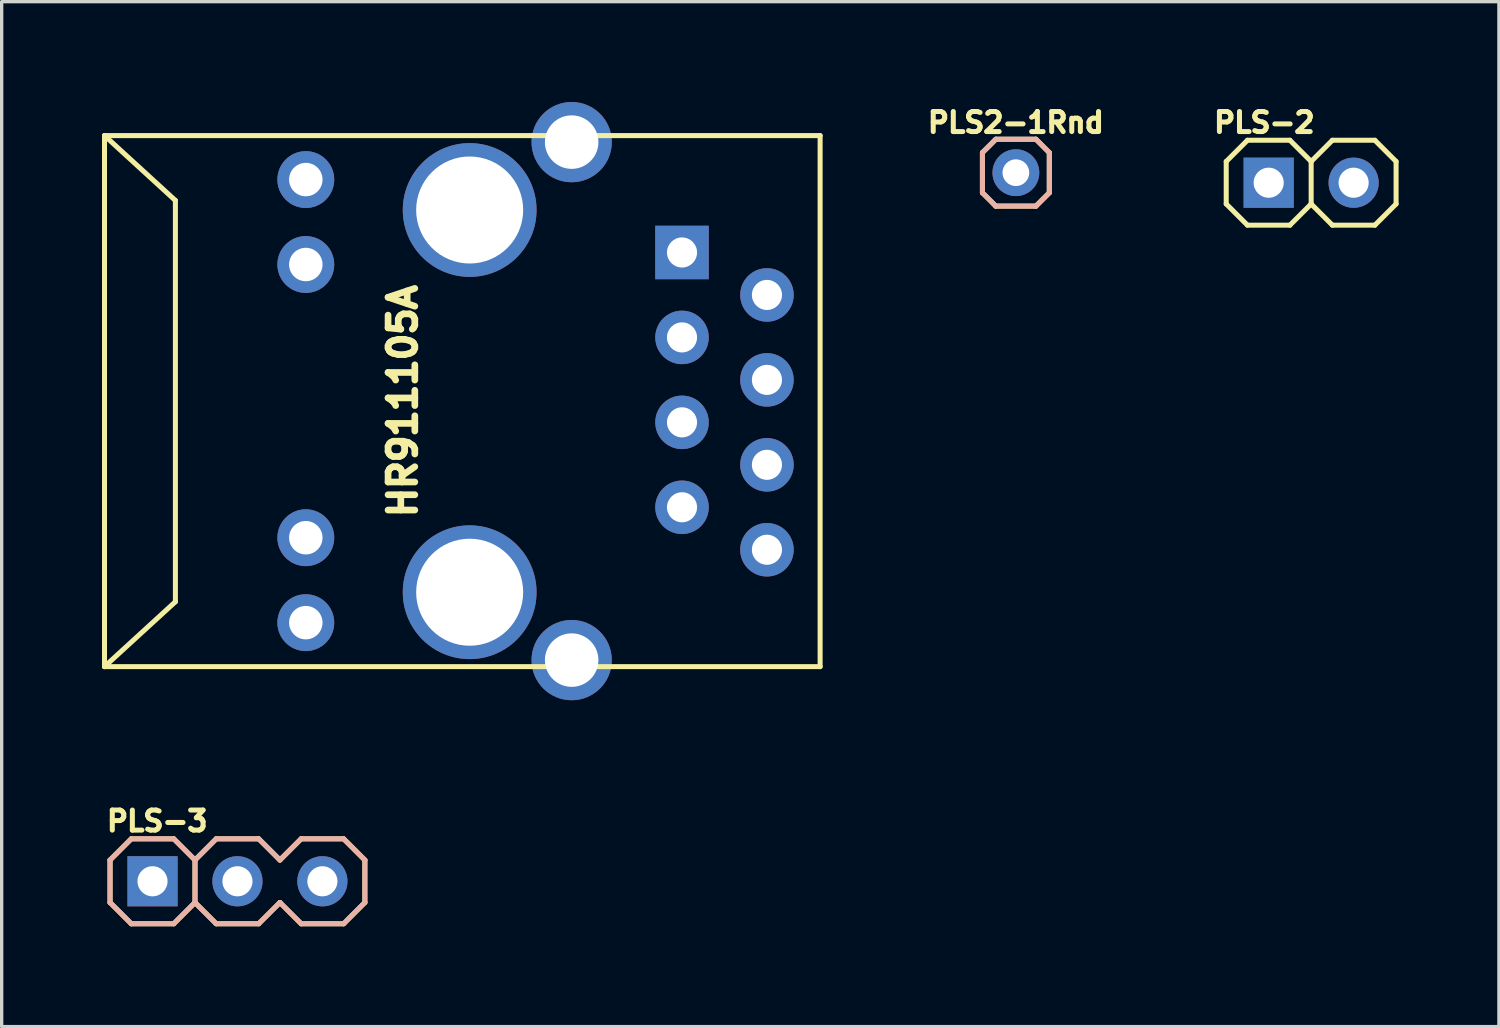
<source format=kicad_pcb>
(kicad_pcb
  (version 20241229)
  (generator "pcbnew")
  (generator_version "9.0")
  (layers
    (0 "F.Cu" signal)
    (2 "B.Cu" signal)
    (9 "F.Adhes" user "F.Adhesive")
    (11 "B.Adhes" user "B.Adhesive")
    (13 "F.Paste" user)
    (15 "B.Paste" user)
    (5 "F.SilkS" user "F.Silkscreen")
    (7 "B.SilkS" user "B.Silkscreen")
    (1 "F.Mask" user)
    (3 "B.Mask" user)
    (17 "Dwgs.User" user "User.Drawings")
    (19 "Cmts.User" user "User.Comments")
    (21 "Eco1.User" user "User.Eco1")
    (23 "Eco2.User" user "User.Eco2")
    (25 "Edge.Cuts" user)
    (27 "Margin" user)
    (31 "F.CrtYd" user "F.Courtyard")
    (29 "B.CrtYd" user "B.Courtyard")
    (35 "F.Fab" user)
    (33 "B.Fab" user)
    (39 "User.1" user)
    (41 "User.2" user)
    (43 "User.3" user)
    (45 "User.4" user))
  (footprint "PLS-2"
    (layer "F.Cu")
    (at 36.159 2.414)
    (property "Reference" "PLS-2" (at -1.4 -1.8 0) (layer "F.SilkS") (effects (font (size 0.6 0.6) (thickness 0.15))))
    (attr through_hole)
    (fp_line (start -2.54 0.635) (end -2.54 -0.635) (stroke (width 0.15) (type solid)) (layer "F.SilkS"))
    (fp_line (start -1.905 -1.27) (end -2.54 -0.635) (stroke (width 0.15) (type solid)) (layer "F.SilkS"))
    (fp_line (start -1.905 1.27) (end -2.54 0.635) (stroke (width 0.15) (type solid)) (layer "F.SilkS"))
    (fp_line (start -0.635 -1.27) (end -1.905 -1.27) (stroke (width 0.15) (type solid)) (layer "F.SilkS"))
    (fp_line (start -0.635 1.27) (end -1.905 1.27) (stroke (width 0.15) (type solid)) (layer "F.SilkS"))
    (fp_line (start 0 -0.635) (end -0.635 -1.27) (stroke (width 0.15) (type solid)) (layer "F.SilkS"))
    (fp_line (start 0 -0.635) (end 0 0.635) (stroke (width 0.15) (type solid)) (layer "F.SilkS"))
    (fp_line (start 0 0.635) (end -0.635 1.27) (stroke (width 0.15) (type solid)) (layer "F.SilkS"))
    (fp_line (start 0.635 -1.27) (end 0 -0.635) (stroke (width 0.15) (type solid)) (layer "F.SilkS"))
    (fp_line (start 0.635 1.27) (end 0 0.635) (stroke (width 0.15) (type solid)) (layer "F.SilkS"))
    (fp_line (start 1.905 -1.27) (end 0.635 -1.27) (stroke (width 0.15) (type solid)) (layer "F.SilkS"))
    (fp_line (start 1.905 1.27) (end 0.635 1.27) (stroke (width 0.15) (type solid)) (layer "F.SilkS"))
    (fp_line (start 2.54 -0.635) (end 1.905 -1.27) (stroke (width 0.15) (type solid)) (layer "F.SilkS"))
    (fp_line (start 2.54 -0.635) (end 2.54 0.635) (stroke (width 0.15) (type solid)) (layer "F.SilkS"))
    (fp_line (start 2.54 0.635) (end 1.905 1.27) (stroke (width 0.15) (type solid)) (layer "F.SilkS"))
    (pad "1" thru_hole rect (at -1.27 0) (size 1.5 1.5) (drill 0.9) (layers "*.Cu" "*.Mask"))
    (pad "2" thru_hole circle (at 1.27 0) (size 1.5 1.5) (drill 0.9) (layers "*.Cu" "*.Mask")))
  (footprint "HR911105A"
    (layer "F.Cu")
    (at 10.995 8.945)
    (property "Reference" "HR911105A" (at -2 0 90) (layer "F.SilkS") (effects (font (size 0.8 0.8) (thickness 0.2))))
    (attr through_hole)
    (fp_line (start -10.92 -7.94) (end -10.92 7.94) (stroke (width 0.15) (type solid)) (layer "F.SilkS"))
    (fp_line (start -10.92 7.94) (end -8.8 6) (stroke (width 0.15) (type solid)) (layer "F.SilkS"))
    (fp_line (start -10.92 7.94) (end 10.48 7.94) (stroke (width 0.15) (type solid)) (layer "F.SilkS"))
    (fp_line (start -8.8 -6) (end -10.92 -7.94) (stroke (width 0.15) (type solid)) (layer "F.SilkS"))
    (fp_line (start -8.8 6) (end -8.8 -6) (stroke (width 0.15) (type solid)) (layer "F.SilkS"))
    (fp_line (start 10.48 -7.94) (end -10.92 -7.94) (stroke (width 0.15) (type solid)) (layer "F.SilkS"))
    (fp_line (start 10.48 7.94) (end 10.48 -7.94) (stroke (width 0.15) (type solid)) (layer "F.SilkS"))
    (pad "1" thru_hole rect (at 6.35 -4.445) (size 1.6 1.6) (drill 0.9) (layers "*.Cu" "*.Mask"))
    (pad "2" thru_hole circle (at 8.89 -3.175) (size 1.6 1.6) (drill 0.9) (layers "*.Cu" "*.Mask"))
    (pad "3" thru_hole circle (at 6.35 -1.905) (size 1.6 1.6) (drill 0.9) (layers "*.Cu" "*.Mask"))
    (pad "4" thru_hole circle (at 8.89 -0.635) (size 1.6 1.6) (drill 0.9) (layers "*.Cu" "*.Mask"))
    (pad "5" thru_hole circle (at 6.35 0.635) (size 1.6 1.6) (drill 0.9) (layers "*.Cu" "*.Mask"))
    (pad "6" thru_hole circle (at 8.89 1.905) (size 1.6 1.6) (drill 0.9) (layers "*.Cu" "*.Mask"))
    (pad "7" thru_hole circle (at 6.35 3.175) (size 1.6 1.6) (drill 0.9) (layers "*.Cu" "*.Mask"))
    (pad "8" thru_hole circle (at 8.89 4.445) (size 1.6 1.6) (drill 0.9) (layers "*.Cu" "*.Mask"))
    (pad "9" thru_hole circle (at -4.9 -6.625) (size 1.7 1.7) (drill 1) (layers "*.Cu" "*.Mask"))
    (pad "10" thru_hole circle (at -4.9 -4.085) (size 1.7 1.7) (drill 1) (layers "*.Cu" "*.Mask"))
    (pad "11" thru_hole circle (at -4.9 4.085) (size 1.7 1.7) (drill 1) (layers "*.Cu" "*.Mask"))
    (pad "12" thru_hole circle (at -4.9 6.625) (size 1.7 1.7) (drill 1) (layers "*.Cu" "*.Mask"))
    (pad "H" thru_hole circle (at 0 -5.715) (size 4 4) (drill 3.2) (layers "*.Cu" "*.Mask"))
    (pad "H" thru_hole circle (at 0 5.715) (size 4 4) (drill 3.2) (layers "*.Cu" "*.Mask"))
    (pad "H" thru_hole circle (at 3.05 -7.745) (size 2.4 2.4) (drill 1.6) (layers "*.Cu" "*.Mask"))
    (pad "H" thru_hole circle (at 3.05 7.745) (size 2.4 2.4) (drill 1.6) (layers "*.Cu" "*.Mask")))
  (footprint "PLS-3"
    (layer "F.Cu")
    (at 4.051 23.304)
    (property "Reference" "PLS-3" (at -2.4 -1.8 0) (layer "F.SilkS") (effects (font (size 0.6 0.6) (thickness 0.15))))
    (attr through_hole)
    (fp_line (start -3.81 0.635) (end -3.81 -0.635) (stroke (width 0.15) (type solid)) (layer "F.SilkS"))
    (fp_line (start -3.175 -1.27) (end -3.81 -0.635) (stroke (width 0.15) (type solid)) (layer "F.SilkS"))
    (fp_line (start -3.175 1.27) (end -3.81 0.635) (stroke (width 0.15) (type solid)) (layer "F.SilkS"))
    (fp_line (start -1.905 -1.27) (end -3.175 -1.27) (stroke (width 0.15) (type solid)) (layer "F.SilkS"))
    (fp_line (start -1.905 1.27) (end -3.175 1.27) (stroke (width 0.15) (type solid)) (layer "F.SilkS"))
    (fp_line (start -1.27 -0.635) (end -1.905 -1.27) (stroke (width 0.15) (type solid)) (layer "F.SilkS"))
    (fp_line (start -1.27 -0.635) (end -1.27 0.635) (stroke (width 0.15) (type solid)) (layer "F.SilkS"))
    (fp_line (start -1.27 0.635) (end -1.905 1.27) (stroke (width 0.15) (type solid)) (layer "F.SilkS"))
    (fp_line (start -0.635 -1.27) (end -1.27 -0.635) (stroke (width 0.15) (type solid)) (layer "F.SilkS"))
    (fp_line (start -0.635 1.27) (end -1.27 0.635) (stroke (width 0.15) (type solid)) (layer "F.SilkS"))
    (fp_line (start 0.635 -1.27) (end -0.635 -1.27) (stroke (width 0.15) (type solid)) (layer "F.SilkS"))
    (fp_line (start 0.635 1.27) (end -0.635 1.27) (stroke (width 0.15) (type solid)) (layer "F.SilkS"))
    (fp_line (start 1.27 -0.635) (end 0.635 -1.27) (stroke (width 0.15) (type solid)) (layer "F.SilkS"))
    (fp_line (start 1.27 0.635) (end 0.635 1.27) (stroke (width 0.15) (type solid)) (layer "F.SilkS"))
    (fp_line (start 1.905 -1.27) (end 1.27 -0.635) (stroke (width 0.15) (type solid)) (layer "F.SilkS"))
    (fp_line (start 1.905 1.27) (end 1.27 0.635) (stroke (width 0.15) (type solid)) (layer "F.SilkS"))
    (fp_line (start 3.175 -1.27) (end 1.905 -1.27) (stroke (width 0.15) (type solid)) (layer "F.SilkS"))
    (fp_line (start 3.175 1.27) (end 1.905 1.27) (stroke (width 0.15) (type solid)) (layer "F.SilkS"))
    (fp_line (start 3.81 -0.635) (end 3.175 -1.27) (stroke (width 0.15) (type solid)) (layer "F.SilkS"))
    (fp_line (start 3.81 -0.635) (end 3.81 0.635) (stroke (width 0.15) (type solid)) (layer "F.SilkS"))
    (fp_line (start 3.81 0.635) (end 3.175 1.27) (stroke (width 0.15) (type solid)) (layer "F.SilkS"))
    (fp_line (start -3.81 0.635) (end -3.81 -0.635) (stroke (width 0.15) (type solid)) (layer "B.SilkS"))
    (fp_line (start -3.175 -1.27) (end -3.81 -0.635) (stroke (width 0.15) (type solid)) (layer "B.SilkS"))
    (fp_line (start -3.175 -1.27) (end -1.905 -1.27) (stroke (width 0.15) (type solid)) (layer "B.SilkS"))
    (fp_line (start -3.175 1.27) (end -3.81 0.635) (stroke (width 0.15) (type solid)) (layer "B.SilkS"))
    (fp_line (start -1.905 1.27) (end -3.175 1.27) (stroke (width 0.15) (type solid)) (layer "B.SilkS"))
    (fp_line (start -1.27 -0.635) (end -1.905 -1.27) (stroke (width 0.15) (type solid)) (layer "B.SilkS"))
    (fp_line (start -1.27 -0.635) (end -1.27 0.635) (stroke (width 0.15) (type solid)) (layer "B.SilkS"))
    (fp_line (start -1.27 0.635) (end -1.905 1.27) (stroke (width 0.15) (type solid)) (layer "B.SilkS"))
    (fp_line (start -0.635 -1.27) (end -1.27 -0.635) (stroke (width 0.15) (type solid)) (layer "B.SilkS"))
    (fp_line (start -0.635 -1.27) (end 0.635 -1.27) (stroke (width 0.15) (type solid)) (layer "B.SilkS"))
    (fp_line (start -0.635 1.27) (end -1.27 0.635) (stroke (width 0.15) (type solid)) (layer "B.SilkS"))
    (fp_line (start 0.635 1.27) (end -0.635 1.27) (stroke (width 0.15) (type solid)) (layer "B.SilkS"))
    (fp_line (start 1.27 -0.635) (end 0.635 -1.27) (stroke (width 0.15) (type solid)) (layer "B.SilkS"))
    (fp_line (start 1.27 0.635) (end 0.635 1.27) (stroke (width 0.15) (type solid)) (layer "B.SilkS"))
    (fp_line (start 1.905 -1.27) (end 1.27 -0.635) (stroke (width 0.15) (type solid)) (layer "B.SilkS"))
    (fp_line (start 1.905 -1.27) (end 3.175 -1.27) (stroke (width 0.15) (type solid)) (layer "B.SilkS"))
    (fp_line (start 1.905 1.27) (end 1.27 0.635) (stroke (width 0.15) (type solid)) (layer "B.SilkS"))
    (fp_line (start 3.175 1.27) (end 1.905 1.27) (stroke (width 0.15) (type solid)) (layer "B.SilkS"))
    (fp_line (start 3.81 -0.635) (end 3.175 -1.27) (stroke (width 0.15) (type solid)) (layer "B.SilkS"))
    (fp_line (start 3.81 -0.635) (end 3.81 0.635) (stroke (width 0.15) (type solid)) (layer "B.SilkS"))
    (fp_line (start 3.81 0.635) (end 3.175 1.27) (stroke (width 0.15) (type solid)) (layer "B.SilkS"))
    (pad "1" thru_hole rect (at -2.54 0) (size 1.5 1.5) (drill 0.9) (layers "*.Cu" "*.Mask"))
    (pad "2" thru_hole circle (at 0 0) (size 1.5 1.5) (drill 0.9) (layers "*.Cu" "*.Mask"))
    (pad "3" thru_hole circle (at 2.54 0) (size 1.5 1.5) (drill 0.9) (layers "*.Cu" "*.Mask")))
  (footprint "PLS2-1Rnd"
    (layer "F.Cu")
    (at 27.329 2.114)
    (property "Reference" "PLS2-1Rnd" (at 0 -1.5 0) (layer "F.SilkS") (effects (font (size 0.6 0.6) (thickness 0.15))))
    (attr through_hole)
    (fp_line (start -1 -0.6) (end -0.6 -1) (stroke (width 0.15) (type solid)) (layer "F.SilkS"))
    (fp_line (start -1 0.6) (end -1 -0.6) (stroke (width 0.15) (type solid)) (layer "F.SilkS"))
    (fp_line (start -0.6 -1) (end 0.6 -1) (stroke (width 0.15) (type solid)) (layer "F.SilkS"))
    (fp_line (start -0.6 1) (end -1 0.6) (stroke (width 0.15) (type solid)) (layer "F.SilkS"))
    (fp_line (start 0.6 1) (end -0.6 1) (stroke (width 0.15) (type solid)) (layer "F.SilkS"))
    (fp_line (start 1 -0.6) (end 0.6 -1) (stroke (width 0.15) (type solid)) (layer "F.SilkS"))
    (fp_line (start 1 0.6) (end 0.6 1) (stroke (width 0.15) (type solid)) (layer "F.SilkS"))
    (fp_line (start 1 0.6) (end 1 -0.6) (stroke (width 0.15) (type solid)) (layer "F.SilkS"))
    (fp_line (start -1 -0.6) (end -0.6 -1) (stroke (width 0.15) (type solid)) (layer "B.SilkS"))
    (fp_line (start -1 0.6) (end -1 -0.6) (stroke (width 0.15) (type solid)) (layer "B.SilkS"))
    (fp_line (start -0.6 -1) (end 0.6 -1) (stroke (width 0.15) (type solid)) (layer "B.SilkS"))
    (fp_line (start -0.6 1) (end -1 0.6) (stroke (width 0.15) (type solid)) (layer "B.SilkS"))
    (fp_line (start 0.6 -1) (end 1 -0.6) (stroke (width 0.15) (type solid)) (layer "B.SilkS"))
    (fp_line (start 0.6 1) (end -0.6 1) (stroke (width 0.15) (type solid)) (layer "B.SilkS"))
    (fp_line (start 1 -0.6) (end 1 0.6) (stroke (width 0.15) (type solid)) (layer "B.SilkS"))
    (fp_line (start 1 0.6) (end 0.6 1) (stroke (width 0.15) (type solid)) (layer "B.SilkS"))
    (pad "1" thru_hole circle (at 0 0) (size 1.4 1.4) (drill 0.8) (layers "*.Cu" "*.Mask")))
  (gr_rect
    (start -3 -3)
    (end 41.774 27.649)
    (stroke (width 0.1) (type default))
    (fill no)
    (layer "Edge.Cuts")))
</source>
